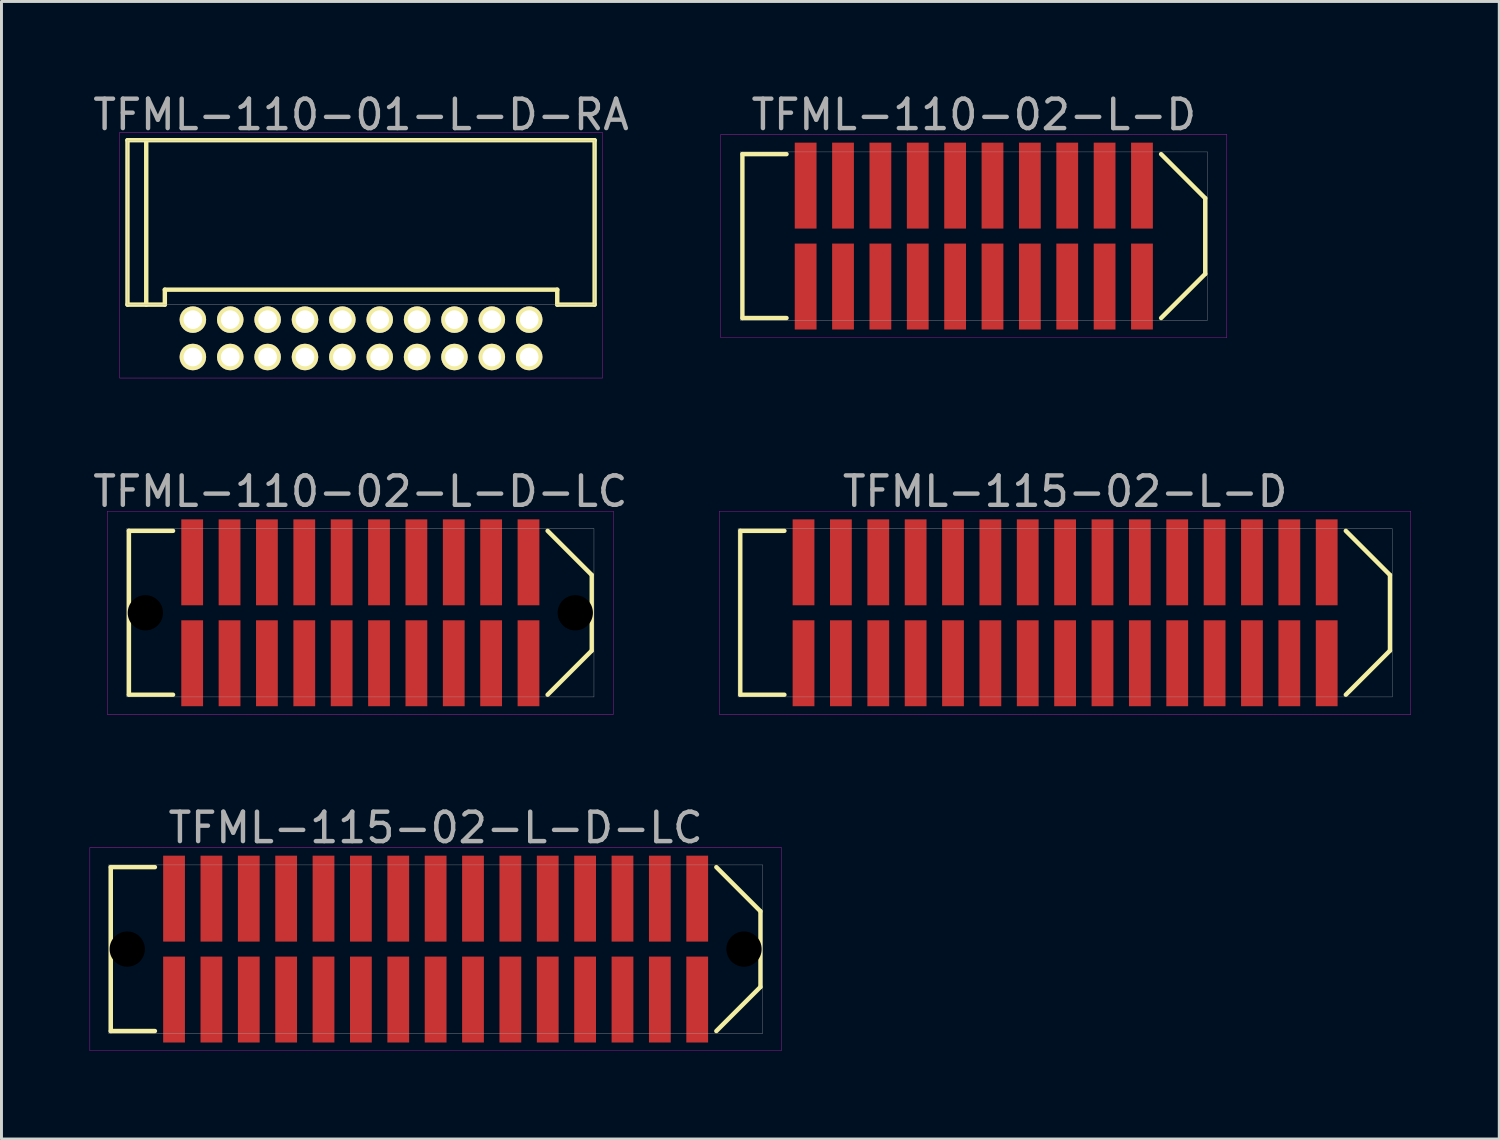
<source format=kicad_pcb>
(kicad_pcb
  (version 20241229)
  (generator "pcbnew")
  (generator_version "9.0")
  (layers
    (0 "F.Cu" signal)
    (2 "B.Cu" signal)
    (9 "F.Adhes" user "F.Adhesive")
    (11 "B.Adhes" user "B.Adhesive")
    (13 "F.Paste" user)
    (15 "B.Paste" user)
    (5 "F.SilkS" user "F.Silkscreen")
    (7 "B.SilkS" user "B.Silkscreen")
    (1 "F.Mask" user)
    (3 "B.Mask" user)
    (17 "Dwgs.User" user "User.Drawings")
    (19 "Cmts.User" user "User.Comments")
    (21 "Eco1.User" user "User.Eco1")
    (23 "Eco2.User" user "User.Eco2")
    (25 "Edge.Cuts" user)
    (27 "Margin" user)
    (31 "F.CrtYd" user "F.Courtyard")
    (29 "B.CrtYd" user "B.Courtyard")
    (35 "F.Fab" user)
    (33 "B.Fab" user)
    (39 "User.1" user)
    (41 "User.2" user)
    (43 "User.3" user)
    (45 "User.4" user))
  (footprint "TFML-115-02-L-D-LC"
    (layer "F.Cu")
    (at 11.755 29.205)
    (property "Reference" "TFML-115-02-L-D-LC" (at 0 -4.125 0) (layer "F.Fab") (effects (font (size 1 1) (thickness 0.15))))
    (attr smd)
    (fp_line (start -11.04 -2.785) (end -11.04 2.785) (stroke (width 0.15) (type solid)) (layer "F.SilkS"))
    (fp_line (start -11.04 2.785) (end -9.54 2.785) (stroke (width 0.15) (type solid)) (layer "F.SilkS"))
    (fp_line (start -9.54 -2.785) (end -11.04 -2.785) (stroke (width 0.15) (type solid)) (layer "F.SilkS"))
    (fp_line (start 9.54 2.785) (end 11.04 1.285) (stroke (width 0.15) (type solid)) (layer "F.SilkS"))
    (fp_line (start 11.04 -1.285) (end 9.54 -2.785) (stroke (width 0.15) (type solid)) (layer "F.SilkS"))
    (fp_line (start 11.04 1.285) (end 11.04 -1.285) (stroke (width 0.15) (type solid)) (layer "F.SilkS"))
    (fp_line (start -11.75 -3.45) (end 11.75 -3.45) (stroke (width 0.01) (type solid)) (layer "F.CrtYd"))
    (fp_line (start -11.75 3.45) (end -11.75 -3.45) (stroke (width 0.01) (type solid)) (layer "F.CrtYd"))
    (fp_line (start 11.75 -3.45) (end 11.75 3.45) (stroke (width 0.01) (type solid)) (layer "F.CrtYd"))
    (fp_line (start 11.75 3.45) (end -11.75 3.45) (stroke (width 0.01) (type solid)) (layer "F.CrtYd"))
    (fp_line (start -11.115 -2.86) (end 11.115 -2.86) (stroke (width 0.01) (type solid)) (layer "F.Fab"))
    (fp_line (start -11.115 2.86) (end -11.115 -2.86) (stroke (width 0.01) (type solid)) (layer "F.Fab"))
    (fp_line (start 11.115 -2.86) (end 11.115 2.86) (stroke (width 0.01) (type solid)) (layer "F.Fab"))
    (fp_line (start 11.115 2.86) (end -11.115 2.86) (stroke (width 0.01) (type solid)) (layer "F.Fab"))
    (pad "" np_thru_hole circle (at -10.48 0) (size 1.2 1.2) (drill 1.2) (layers "*.Mask"))
    (pad "" np_thru_hole circle (at 10.48 0) (size 1.2 1.2) (drill 1.2) (layers "*.Mask"))
    (pad "1" smd rect (at -8.89 1.715) (size 0.74 2.92) (layers "F.Cu" "F.Mask" "F.Paste"))
    (pad "2" smd rect (at -8.89 -1.715) (size 0.74 2.92) (layers "F.Cu" "F.Mask" "F.Paste"))
    (pad "3" smd rect (at -7.62 1.715) (size 0.74 2.92) (layers "F.Cu" "F.Mask" "F.Paste"))
    (pad "4" smd rect (at -7.62 -1.715) (size 0.74 2.92) (layers "F.Cu" "F.Mask" "F.Paste"))
    (pad "5" smd rect (at -6.35 1.715) (size 0.74 2.92) (layers "F.Cu" "F.Mask" "F.Paste"))
    (pad "6" smd rect (at -6.35 -1.715) (size 0.74 2.92) (layers "F.Cu" "F.Mask" "F.Paste"))
    (pad "7" smd rect (at -5.08 1.715) (size 0.74 2.92) (layers "F.Cu" "F.Mask" "F.Paste"))
    (pad "8" smd rect (at -5.08 -1.715) (size 0.74 2.92) (layers "F.Cu" "F.Mask" "F.Paste"))
    (pad "9" smd rect (at -3.81 1.715) (size 0.74 2.92) (layers "F.Cu" "F.Mask" "F.Paste"))
    (pad "10" smd rect (at -3.81 -1.715) (size 0.74 2.92) (layers "F.Cu" "F.Mask" "F.Paste"))
    (pad "11" smd rect (at -2.54 1.715) (size 0.74 2.92) (layers "F.Cu" "F.Mask" "F.Paste"))
    (pad "12" smd rect (at -2.54 -1.715) (size 0.74 2.92) (layers "F.Cu" "F.Mask" "F.Paste"))
    (pad "13" smd rect (at -1.27 1.715) (size 0.74 2.92) (layers "F.Cu" "F.Mask" "F.Paste"))
    (pad "14" smd rect (at -1.27 -1.715) (size 0.74 2.92) (layers "F.Cu" "F.Mask" "F.Paste"))
    (pad "15" smd rect (at 0 1.715) (size 0.74 2.92) (layers "F.Cu" "F.Mask" "F.Paste"))
    (pad "16" smd rect (at 0 -1.715) (size 0.74 2.92) (layers "F.Cu" "F.Mask" "F.Paste"))
    (pad "17" smd rect (at 1.27 1.715) (size 0.74 2.92) (layers "F.Cu" "F.Mask" "F.Paste"))
    (pad "18" smd rect (at 1.27 -1.715) (size 0.74 2.92) (layers "F.Cu" "F.Mask" "F.Paste"))
    (pad "19" smd rect (at 2.54 1.715) (size 0.74 2.92) (layers "F.Cu" "F.Mask" "F.Paste"))
    (pad "20" smd rect (at 2.54 -1.715) (size 0.74 2.92) (layers "F.Cu" "F.Mask" "F.Paste"))
    (pad "21" smd rect (at 3.81 1.715) (size 0.74 2.92) (layers "F.Cu" "F.Mask" "F.Paste"))
    (pad "22" smd rect (at 3.81 -1.715) (size 0.74 2.92) (layers "F.Cu" "F.Mask" "F.Paste"))
    (pad "23" smd rect (at 5.08 1.715) (size 0.74 2.92) (layers "F.Cu" "F.Mask" "F.Paste"))
    (pad "24" smd rect (at 5.08 -1.715) (size 0.74 2.92) (layers "F.Cu" "F.Mask" "F.Paste"))
    (pad "25" smd rect (at 6.35 1.715) (size 0.74 2.92) (layers "F.Cu" "F.Mask" "F.Paste"))
    (pad "26" smd rect (at 6.35 -1.715) (size 0.74 2.92) (layers "F.Cu" "F.Mask" "F.Paste"))
    (pad "27" smd rect (at 7.62 1.715) (size 0.74 2.92) (layers "F.Cu" "F.Mask" "F.Paste"))
    (pad "28" smd rect (at 7.62 -1.715) (size 0.74 2.92) (layers "F.Cu" "F.Mask" "F.Paste"))
    (pad "29" smd rect (at 8.89 1.715) (size 0.74 2.92) (layers "F.Cu" "F.Mask" "F.Paste"))
    (pad "30" smd rect (at 8.89 -1.715) (size 0.74 2.92) (layers "F.Cu" "F.Mask" "F.Paste")))
  (footprint "TFML-115-02-L-D"
    (layer "F.Cu")
    (at 33.148 17.776)
    (property "Reference" "TFML-115-02-L-D" (at 0 -4.125 0) (layer "F.Fab") (effects (font (size 1 1) (thickness 0.15))))
    (attr smd)
    (fp_line (start -11.04 -2.785) (end -11.04 2.785) (stroke (width 0.15) (type solid)) (layer "F.SilkS"))
    (fp_line (start -11.04 2.785) (end -9.54 2.785) (stroke (width 0.15) (type solid)) (layer "F.SilkS"))
    (fp_line (start -9.54 -2.785) (end -11.04 -2.785) (stroke (width 0.15) (type solid)) (layer "F.SilkS"))
    (fp_line (start 9.54 2.785) (end 11.04 1.285) (stroke (width 0.15) (type solid)) (layer "F.SilkS"))
    (fp_line (start 11.04 -1.285) (end 9.54 -2.785) (stroke (width 0.15) (type solid)) (layer "F.SilkS"))
    (fp_line (start 11.04 1.285) (end 11.04 -1.285) (stroke (width 0.15) (type solid)) (layer "F.SilkS"))
    (fp_line (start -11.75 -3.45) (end 11.75 -3.45) (stroke (width 0.01) (type solid)) (layer "F.CrtYd"))
    (fp_line (start -11.75 3.45) (end -11.75 -3.45) (stroke (width 0.01) (type solid)) (layer "F.CrtYd"))
    (fp_line (start 11.75 -3.45) (end 11.75 3.45) (stroke (width 0.01) (type solid)) (layer "F.CrtYd"))
    (fp_line (start 11.75 3.45) (end -11.75 3.45) (stroke (width 0.01) (type solid)) (layer "F.CrtYd"))
    (fp_line (start -11.115 -2.86) (end 11.115 -2.86) (stroke (width 0.01) (type solid)) (layer "F.Fab"))
    (fp_line (start -11.115 2.86) (end -11.115 -2.86) (stroke (width 0.01) (type solid)) (layer "F.Fab"))
    (fp_line (start 11.115 -2.86) (end 11.115 2.86) (stroke (width 0.01) (type solid)) (layer "F.Fab"))
    (fp_line (start 11.115 2.86) (end -11.115 2.86) (stroke (width 0.01) (type solid)) (layer "F.Fab"))
    (pad "1" smd rect (at -8.89 1.715) (size 0.74 2.92) (layers "F.Cu" "F.Mask" "F.Paste"))
    (pad "2" smd rect (at -8.89 -1.715) (size 0.74 2.92) (layers "F.Cu" "F.Mask" "F.Paste"))
    (pad "3" smd rect (at -7.62 1.715) (size 0.74 2.92) (layers "F.Cu" "F.Mask" "F.Paste"))
    (pad "4" smd rect (at -7.62 -1.715) (size 0.74 2.92) (layers "F.Cu" "F.Mask" "F.Paste"))
    (pad "5" smd rect (at -6.35 1.715) (size 0.74 2.92) (layers "F.Cu" "F.Mask" "F.Paste"))
    (pad "6" smd rect (at -6.35 -1.715) (size 0.74 2.92) (layers "F.Cu" "F.Mask" "F.Paste"))
    (pad "7" smd rect (at -5.08 1.715) (size 0.74 2.92) (layers "F.Cu" "F.Mask" "F.Paste"))
    (pad "8" smd rect (at -5.08 -1.715) (size 0.74 2.92) (layers "F.Cu" "F.Mask" "F.Paste"))
    (pad "9" smd rect (at -3.81 1.715) (size 0.74 2.92) (layers "F.Cu" "F.Mask" "F.Paste"))
    (pad "10" smd rect (at -3.81 -1.715) (size 0.74 2.92) (layers "F.Cu" "F.Mask" "F.Paste"))
    (pad "11" smd rect (at -2.54 1.715) (size 0.74 2.92) (layers "F.Cu" "F.Mask" "F.Paste"))
    (pad "12" smd rect (at -2.54 -1.715) (size 0.74 2.92) (layers "F.Cu" "F.Mask" "F.Paste"))
    (pad "13" smd rect (at -1.27 1.715) (size 0.74 2.92) (layers "F.Cu" "F.Mask" "F.Paste"))
    (pad "14" smd rect (at -1.27 -1.715) (size 0.74 2.92) (layers "F.Cu" "F.Mask" "F.Paste"))
    (pad "15" smd rect (at 0 1.715) (size 0.74 2.92) (layers "F.Cu" "F.Mask" "F.Paste"))
    (pad "16" smd rect (at 0 -1.715) (size 0.74 2.92) (layers "F.Cu" "F.Mask" "F.Paste"))
    (pad "17" smd rect (at 1.27 1.715) (size 0.74 2.92) (layers "F.Cu" "F.Mask" "F.Paste"))
    (pad "18" smd rect (at 1.27 -1.715) (size 0.74 2.92) (layers "F.Cu" "F.Mask" "F.Paste"))
    (pad "19" smd rect (at 2.54 1.715) (size 0.74 2.92) (layers "F.Cu" "F.Mask" "F.Paste"))
    (pad "20" smd rect (at 2.54 -1.715) (size 0.74 2.92) (layers "F.Cu" "F.Mask" "F.Paste"))
    (pad "21" smd rect (at 3.81 1.715) (size 0.74 2.92) (layers "F.Cu" "F.Mask" "F.Paste"))
    (pad "22" smd rect (at 3.81 -1.715) (size 0.74 2.92) (layers "F.Cu" "F.Mask" "F.Paste"))
    (pad "23" smd rect (at 5.08 1.715) (size 0.74 2.92) (layers "F.Cu" "F.Mask" "F.Paste"))
    (pad "24" smd rect (at 5.08 -1.715) (size 0.74 2.92) (layers "F.Cu" "F.Mask" "F.Paste"))
    (pad "25" smd rect (at 6.35 1.715) (size 0.74 2.92) (layers "F.Cu" "F.Mask" "F.Paste"))
    (pad "26" smd rect (at 6.35 -1.715) (size 0.74 2.92) (layers "F.Cu" "F.Mask" "F.Paste"))
    (pad "27" smd rect (at 7.62 1.715) (size 0.74 2.92) (layers "F.Cu" "F.Mask" "F.Paste"))
    (pad "28" smd rect (at 7.62 -1.715) (size 0.74 2.92) (layers "F.Cu" "F.Mask" "F.Paste"))
    (pad "29" smd rect (at 8.89 1.715) (size 0.74 2.92) (layers "F.Cu" "F.Mask" "F.Paste"))
    (pad "30" smd rect (at 8.89 -1.715) (size 0.74 2.92) (layers "F.Cu" "F.Mask" "F.Paste")))
  (footprint "TFML-110-02-L-D"
    (layer "F.Cu")
    (at 30.045 4.973)
    (property "Reference" "TFML-110-02-L-D" (at 0 -4.125 0) (layer "F.Fab") (effects (font (size 1 1) (thickness 0.15))))
    (attr smd)
    (fp_line (start -7.865 -2.785) (end -7.865 2.785) (stroke (width 0.15) (type solid)) (layer "F.SilkS"))
    (fp_line (start -7.865 2.785) (end -6.365 2.785) (stroke (width 0.15) (type solid)) (layer "F.SilkS"))
    (fp_line (start -6.365 -2.785) (end -7.865 -2.785) (stroke (width 0.15) (type solid)) (layer "F.SilkS"))
    (fp_line (start 6.365 2.785) (end 7.865 1.285) (stroke (width 0.15) (type solid)) (layer "F.SilkS"))
    (fp_line (start 7.865 -1.285) (end 6.365 -2.785) (stroke (width 0.15) (type solid)) (layer "F.SilkS"))
    (fp_line (start 7.865 1.285) (end 7.865 -1.285) (stroke (width 0.15) (type solid)) (layer "F.SilkS"))
    (fp_line (start -8.6 -3.45) (end 8.6 -3.45) (stroke (width 0.01) (type solid)) (layer "F.CrtYd"))
    (fp_line (start -8.6 3.45) (end -8.6 -3.45) (stroke (width 0.01) (type solid)) (layer "F.CrtYd"))
    (fp_line (start 8.6 -3.45) (end 8.6 3.45) (stroke (width 0.01) (type solid)) (layer "F.CrtYd"))
    (fp_line (start 8.6 3.45) (end -8.6 3.45) (stroke (width 0.01) (type solid)) (layer "F.CrtYd"))
    (fp_line (start -7.94 -2.86) (end 7.94 -2.86) (stroke (width 0.01) (type solid)) (layer "F.Fab"))
    (fp_line (start -7.94 2.86) (end -7.94 -2.86) (stroke (width 0.01) (type solid)) (layer "F.Fab"))
    (fp_line (start 7.94 -2.86) (end 7.94 2.86) (stroke (width 0.01) (type solid)) (layer "F.Fab"))
    (fp_line (start 7.94 2.86) (end -7.94 2.86) (stroke (width 0.01) (type solid)) (layer "F.Fab"))
    (pad "1" smd rect (at -5.715 1.715) (size 0.74 2.92) (layers "F.Cu" "F.Mask" "F.Paste"))
    (pad "2" smd rect (at -5.715 -1.715) (size 0.74 2.92) (layers "F.Cu" "F.Mask" "F.Paste"))
    (pad "3" smd rect (at -4.445 1.715) (size 0.74 2.92) (layers "F.Cu" "F.Mask" "F.Paste"))
    (pad "4" smd rect (at -4.445 -1.715) (size 0.74 2.92) (layers "F.Cu" "F.Mask" "F.Paste"))
    (pad "5" smd rect (at -3.175 1.715) (size 0.74 2.92) (layers "F.Cu" "F.Mask" "F.Paste"))
    (pad "6" smd rect (at -3.175 -1.715) (size 0.74 2.92) (layers "F.Cu" "F.Mask" "F.Paste"))
    (pad "7" smd rect (at -1.905 1.715) (size 0.74 2.92) (layers "F.Cu" "F.Mask" "F.Paste"))
    (pad "8" smd rect (at -1.905 -1.715) (size 0.74 2.92) (layers "F.Cu" "F.Mask" "F.Paste"))
    (pad "9" smd rect (at -0.635 1.715) (size 0.74 2.92) (layers "F.Cu" "F.Mask" "F.Paste"))
    (pad "10" smd rect (at -0.635 -1.715) (size 0.74 2.92) (layers "F.Cu" "F.Mask" "F.Paste"))
    (pad "11" smd rect (at 0.635 1.715) (size 0.74 2.92) (layers "F.Cu" "F.Mask" "F.Paste"))
    (pad "12" smd rect (at 0.635 -1.715) (size 0.74 2.92) (layers "F.Cu" "F.Mask" "F.Paste"))
    (pad "13" smd rect (at 1.905 1.715) (size 0.74 2.92) (layers "F.Cu" "F.Mask" "F.Paste"))
    (pad "14" smd rect (at 1.905 -1.715) (size 0.74 2.92) (layers "F.Cu" "F.Mask" "F.Paste"))
    (pad "15" smd rect (at 3.175 1.715) (size 0.74 2.92) (layers "F.Cu" "F.Mask" "F.Paste"))
    (pad "16" smd rect (at 3.175 -1.715) (size 0.74 2.92) (layers "F.Cu" "F.Mask" "F.Paste"))
    (pad "17" smd rect (at 4.445 1.715) (size 0.74 2.92) (layers "F.Cu" "F.Mask" "F.Paste"))
    (pad "18" smd rect (at 4.445 -1.715) (size 0.74 2.92) (layers "F.Cu" "F.Mask" "F.Paste"))
    (pad "19" smd rect (at 5.715 1.715) (size 0.74 2.92) (layers "F.Cu" "F.Mask" "F.Paste"))
    (pad "20" smd rect (at 5.715 -1.715) (size 0.74 2.92) (layers "F.Cu" "F.Mask" "F.Paste")))
  (footprint "TFML-110-02-L-D-LC"
    (layer "F.Cu")
    (at 9.196 17.776)
    (property "Reference" "TFML-110-02-L-D-LC" (at 0 -4.125 0) (layer "F.Fab") (effects (font (size 1 1) (thickness 0.15))))
    (attr smd)
    (fp_line (start -7.865 -2.785) (end -7.865 2.785) (stroke (width 0.15) (type solid)) (layer "F.SilkS"))
    (fp_line (start -7.865 2.785) (end -6.365 2.785) (stroke (width 0.15) (type solid)) (layer "F.SilkS"))
    (fp_line (start -6.365 -2.785) (end -7.865 -2.785) (stroke (width 0.15) (type solid)) (layer "F.SilkS"))
    (fp_line (start 6.365 2.785) (end 7.865 1.285) (stroke (width 0.15) (type solid)) (layer "F.SilkS"))
    (fp_line (start 7.865 -1.285) (end 6.365 -2.785) (stroke (width 0.15) (type solid)) (layer "F.SilkS"))
    (fp_line (start 7.865 1.285) (end 7.865 -1.285) (stroke (width 0.15) (type solid)) (layer "F.SilkS"))
    (fp_line (start -8.6 -3.45) (end 8.6 -3.45) (stroke (width 0.01) (type solid)) (layer "F.CrtYd"))
    (fp_line (start -8.6 3.45) (end -8.6 -3.45) (stroke (width 0.01) (type solid)) (layer "F.CrtYd"))
    (fp_line (start 8.6 -3.45) (end 8.6 3.45) (stroke (width 0.01) (type solid)) (layer "F.CrtYd"))
    (fp_line (start 8.6 3.45) (end -8.6 3.45) (stroke (width 0.01) (type solid)) (layer "F.CrtYd"))
    (fp_line (start -7.94 -2.86) (end 7.94 -2.86) (stroke (width 0.01) (type solid)) (layer "F.Fab"))
    (fp_line (start -7.94 2.86) (end -7.94 -2.86) (stroke (width 0.01) (type solid)) (layer "F.Fab"))
    (fp_line (start 7.94 -2.86) (end 7.94 2.86) (stroke (width 0.01) (type solid)) (layer "F.Fab"))
    (fp_line (start 7.94 2.86) (end -7.94 2.86) (stroke (width 0.01) (type solid)) (layer "F.Fab"))
    (pad "" np_thru_hole circle (at -7.305 0) (size 1.2 1.2) (drill 1.2) (layers "*.Mask"))
    (pad "" np_thru_hole circle (at 7.305 0) (size 1.2 1.2) (drill 1.2) (layers "*.Mask"))
    (pad "1" smd rect (at -5.715 1.715) (size 0.74 2.92) (layers "F.Cu" "F.Mask" "F.Paste"))
    (pad "2" smd rect (at -5.715 -1.715) (size 0.74 2.92) (layers "F.Cu" "F.Mask" "F.Paste"))
    (pad "3" smd rect (at -4.445 1.715) (size 0.74 2.92) (layers "F.Cu" "F.Mask" "F.Paste"))
    (pad "4" smd rect (at -4.445 -1.715) (size 0.74 2.92) (layers "F.Cu" "F.Mask" "F.Paste"))
    (pad "5" smd rect (at -3.175 1.715) (size 0.74 2.92) (layers "F.Cu" "F.Mask" "F.Paste"))
    (pad "6" smd rect (at -3.175 -1.715) (size 0.74 2.92) (layers "F.Cu" "F.Mask" "F.Paste"))
    (pad "7" smd rect (at -1.905 1.715) (size 0.74 2.92) (layers "F.Cu" "F.Mask" "F.Paste"))
    (pad "8" smd rect (at -1.905 -1.715) (size 0.74 2.92) (layers "F.Cu" "F.Mask" "F.Paste"))
    (pad "9" smd rect (at -0.635 1.715) (size 0.74 2.92) (layers "F.Cu" "F.Mask" "F.Paste"))
    (pad "10" smd rect (at -0.635 -1.715) (size 0.74 2.92) (layers "F.Cu" "F.Mask" "F.Paste"))
    (pad "11" smd rect (at 0.635 1.715) (size 0.74 2.92) (layers "F.Cu" "F.Mask" "F.Paste"))
    (pad "12" smd rect (at 0.635 -1.715) (size 0.74 2.92) (layers "F.Cu" "F.Mask" "F.Paste"))
    (pad "13" smd rect (at 1.905 1.715) (size 0.74 2.92) (layers "F.Cu" "F.Mask" "F.Paste"))
    (pad "14" smd rect (at 1.905 -1.715) (size 0.74 2.92) (layers "F.Cu" "F.Mask" "F.Paste"))
    (pad "15" smd rect (at 3.175 1.715) (size 0.74 2.92) (layers "F.Cu" "F.Mask" "F.Paste"))
    (pad "16" smd rect (at 3.175 -1.715) (size 0.74 2.92) (layers "F.Cu" "F.Mask" "F.Paste"))
    (pad "17" smd rect (at 4.445 1.715) (size 0.74 2.92) (layers "F.Cu" "F.Mask" "F.Paste"))
    (pad "18" smd rect (at 4.445 -1.715) (size 0.74 2.92) (layers "F.Cu" "F.Mask" "F.Paste"))
    (pad "19" smd rect (at 5.715 1.715) (size 0.74 2.92) (layers "F.Cu" "F.Mask" "F.Paste"))
    (pad "20" smd rect (at 5.715 -1.715) (size 0.74 2.92) (layers "F.Cu" "F.Mask" "F.Paste")))
  (footprint "TFML-110-01-L-D-RA"
    (layer "F.Cu")
    (at 9.22 8.448)
    (property "Reference" "TFML-110-01-L-D-RA" (at 0 -7.6 0) (layer "F.Fab") (effects (font (size 1 1) (thickness 0.15))))
    (attr through_hole)
    (fp_line (start -7.938 -6.733) (end 7.938 -6.733) (stroke (width 0.15) (type solid)) (layer "F.SilkS"))
    (fp_line (start -7.938 -1.145) (end -7.938 -6.733) (stroke (width 0.15) (type solid)) (layer "F.SilkS"))
    (fp_line (start -7.938 -1.145) (end -6.668 -1.145) (stroke (width 0.15) (type solid)) (layer "F.SilkS"))
    (fp_line (start -7.3 -1.145) (end -7.3 -6.733) (stroke (width 0.15) (type solid)) (layer "F.SilkS"))
    (fp_line (start -6.668 -1.653) (end 6.668 -1.653) (stroke (width 0.15) (type solid)) (layer "F.SilkS"))
    (fp_line (start -6.668 -1.145) (end -6.668 -1.653) (stroke (width 0.15) (type solid)) (layer "F.SilkS"))
    (fp_line (start 6.668 -1.145) (end 6.668 -1.653) (stroke (width 0.15) (type solid)) (layer "F.SilkS"))
    (fp_line (start 6.668 -1.145) (end 7.938 -1.145) (stroke (width 0.15) (type solid)) (layer "F.SilkS"))
    (fp_line (start 7.938 -1.145) (end 7.938 -6.733) (stroke (width 0.15) (type solid)) (layer "F.SilkS"))
    (fp_line (start -8.2 -7) (end 8.2 -7) (stroke (width 0.01) (type solid)) (layer "F.CrtYd"))
    (fp_line (start -8.2 1.35) (end -8.2 -7) (stroke (width 0.01) (type solid)) (layer "F.CrtYd"))
    (fp_line (start -8.2 1.35) (end 8.2 1.35) (stroke (width 0.01) (type solid)) (layer "F.CrtYd"))
    (fp_line (start 8.2 1.35) (end 8.2 -7) (stroke (width 0.01) (type solid)) (layer "F.CrtYd"))
    (fp_line (start -7.938 -6.733) (end 7.938 -6.733) (stroke (width 0.01) (type solid)) (layer "F.Fab"))
    (fp_line (start -7.938 -1.145) (end -7.938 -6.733) (stroke (width 0.01) (type solid)) (layer "F.Fab"))
    (fp_line (start -7.938 -1.145) (end 7.938 -1.145) (stroke (width 0.01) (type solid)) (layer "F.Fab"))
    (fp_line (start 7.938 -1.145) (end 7.938 -6.733) (stroke (width 0.01) (type solid)) (layer "F.Fab"))
    (pad "1" thru_hole circle (at 5.715 -0.635) (size 0.9 0.9) (drill 0.635) (layers "*.Cu" "*.Mask" "F.SilkS"))
    (pad "2" thru_hole circle (at 5.715 0.635) (size 0.9 0.9) (drill 0.635) (layers "*.Cu" "*.Mask" "F.SilkS"))
    (pad "3" thru_hole circle (at 4.445 -0.635) (size 0.9 0.9) (drill 0.635) (layers "*.Cu" "*.Mask" "F.SilkS"))
    (pad "4" thru_hole circle (at 4.445 0.635) (size 0.9 0.9) (drill 0.635) (layers "*.Cu" "*.Mask" "F.SilkS"))
    (pad "5" thru_hole circle (at 3.175 -0.635) (size 0.9 0.9) (drill 0.635) (layers "*.Cu" "*.Mask" "F.SilkS"))
    (pad "6" thru_hole circle (at 3.175 0.635) (size 0.9 0.9) (drill 0.635) (layers "*.Cu" "*.Mask" "F.SilkS"))
    (pad "7" thru_hole circle (at 1.905 -0.635) (size 0.9 0.9) (drill 0.635) (layers "*.Cu" "*.Mask" "F.SilkS"))
    (pad "8" thru_hole circle (at 1.905 0.635) (size 0.9 0.9) (drill 0.635) (layers "*.Cu" "*.Mask" "F.SilkS"))
    (pad "9" thru_hole circle (at 0.635 -0.635) (size 0.9 0.9) (drill 0.635) (layers "*.Cu" "*.Mask" "F.SilkS"))
    (pad "10" thru_hole circle (at 0.635 0.635) (size 0.9 0.9) (drill 0.635) (layers "*.Cu" "*.Mask" "F.SilkS"))
    (pad "11" thru_hole circle (at -0.635 -0.635) (size 0.9 0.9) (drill 0.635) (layers "*.Cu" "*.Mask" "F.SilkS"))
    (pad "12" thru_hole circle (at -0.635 0.635) (size 0.9 0.9) (drill 0.635) (layers "*.Cu" "*.Mask" "F.SilkS"))
    (pad "13" thru_hole circle (at -1.905 -0.635) (size 0.9 0.9) (drill 0.635) (layers "*.Cu" "*.Mask" "F.SilkS"))
    (pad "14" thru_hole circle (at -1.905 0.635) (size 0.9 0.9) (drill 0.635) (layers "*.Cu" "*.Mask" "F.SilkS"))
    (pad "15" thru_hole circle (at -3.175 -0.635) (size 0.9 0.9) (drill 0.635) (layers "*.Cu" "*.Mask" "F.SilkS"))
    (pad "16" thru_hole circle (at -3.175 0.635) (size 0.9 0.9) (drill 0.635) (layers "*.Cu" "*.Mask" "F.SilkS"))
    (pad "17" thru_hole circle (at -4.445 -0.635) (size 0.9 0.9) (drill 0.635) (layers "*.Cu" "*.Mask" "F.SilkS"))
    (pad "18" thru_hole circle (at -4.445 0.635) (size 0.9 0.9) (drill 0.635) (layers "*.Cu" "*.Mask" "F.SilkS"))
    (pad "19" thru_hole circle (at -5.715 -0.635) (size 0.9 0.9) (drill 0.635) (layers "*.Cu" "*.Mask" "F.SilkS"))
    (pad "20" thru_hole circle (at -5.715 0.635) (size 0.9 0.9) (drill 0.635) (layers "*.Cu" "*.Mask" "F.SilkS")))
  (gr_rect
    (start -3 -3)
    (end 47.903 35.66)
    (stroke (width 0.1) (type default))
    (fill no)
    (layer "Edge.Cuts")))
</source>
